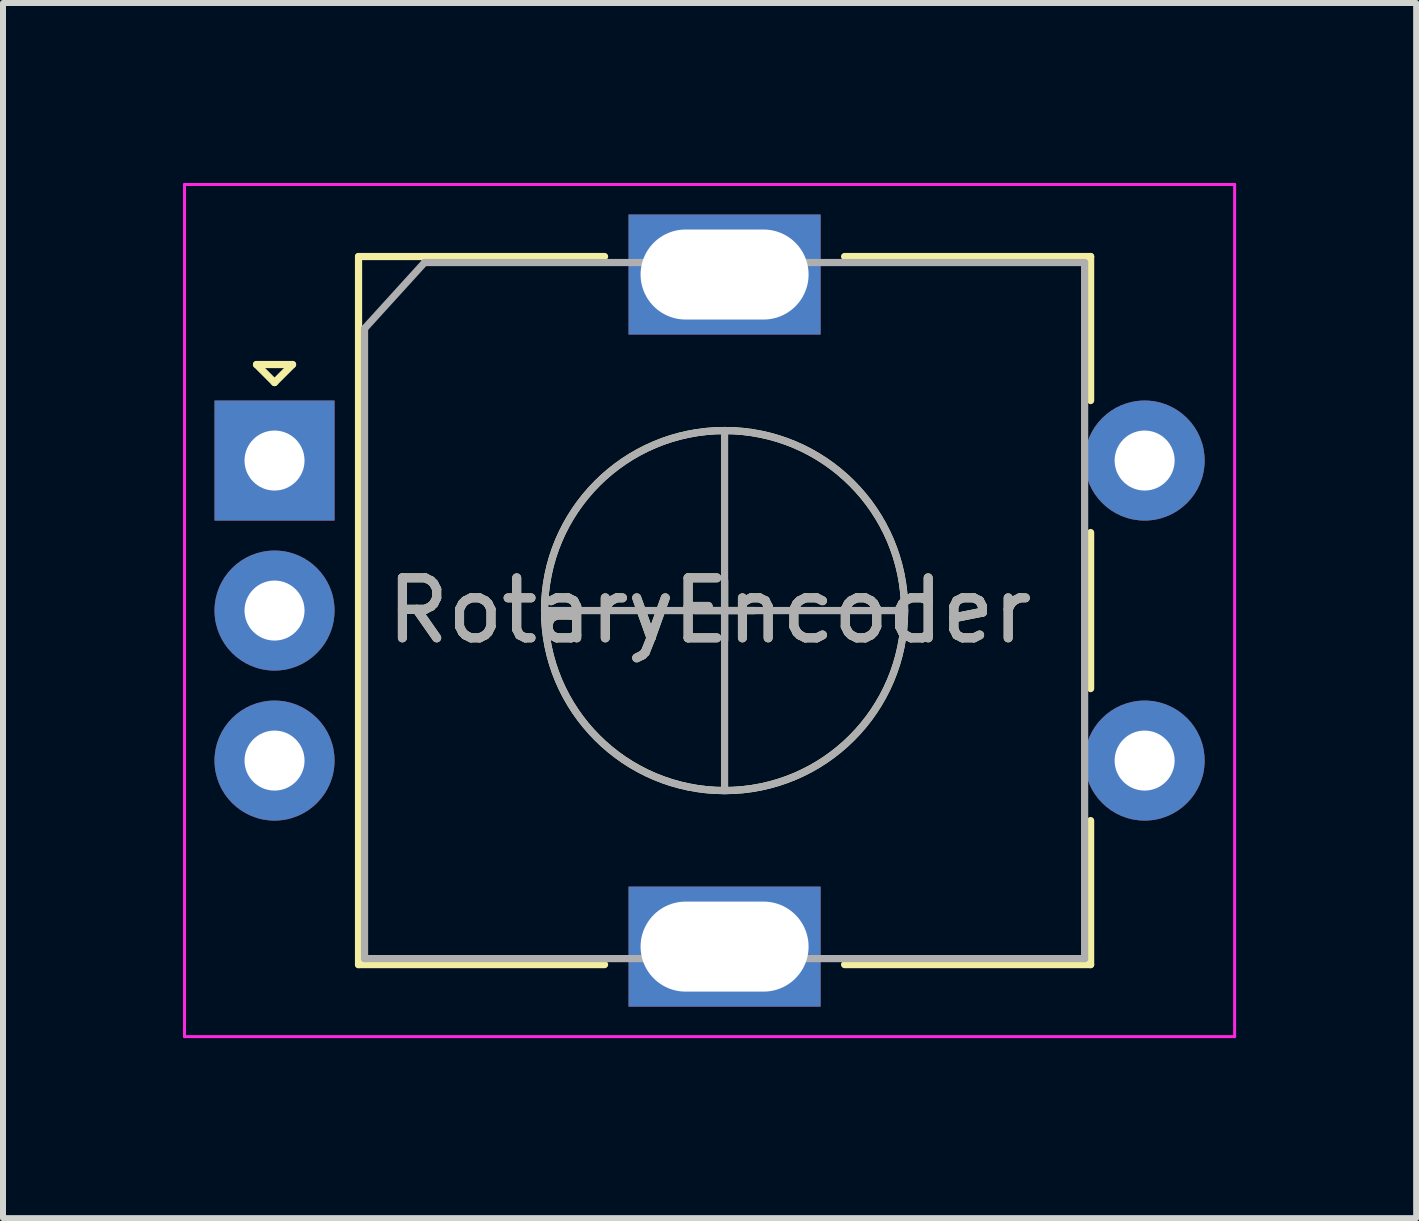
<source format=kicad_pcb>
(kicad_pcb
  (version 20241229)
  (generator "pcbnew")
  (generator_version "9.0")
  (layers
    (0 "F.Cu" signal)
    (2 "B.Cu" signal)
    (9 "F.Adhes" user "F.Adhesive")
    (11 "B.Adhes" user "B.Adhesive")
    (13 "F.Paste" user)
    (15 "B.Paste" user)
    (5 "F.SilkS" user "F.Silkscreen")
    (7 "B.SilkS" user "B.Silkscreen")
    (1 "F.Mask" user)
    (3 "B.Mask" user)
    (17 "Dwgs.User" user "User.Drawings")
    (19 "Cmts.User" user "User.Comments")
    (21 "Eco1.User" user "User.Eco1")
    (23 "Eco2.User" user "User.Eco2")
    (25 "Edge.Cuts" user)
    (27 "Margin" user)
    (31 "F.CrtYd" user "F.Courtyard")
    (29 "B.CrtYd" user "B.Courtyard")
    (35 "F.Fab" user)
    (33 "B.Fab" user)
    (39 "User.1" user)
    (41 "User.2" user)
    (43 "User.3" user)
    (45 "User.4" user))
  (footprint "RotaryEncoder"
    (layer "F.Cu")
    (at 1.525 4.625)
    (property "Reference" "RotaryEncoder" (at 7.25 2.5 0) (layer "F.SilkS") (effects (font (size 1 1) (thickness 0.15))))
    (attr through_hole)
    (fp_line (start -0.3 -1.6) (end 0.3 -1.6) (stroke (width 0.12) (type solid)) (layer "F.SilkS"))
    (fp_line (start 0 -1.3) (end -0.3 -1.6) (stroke (width 0.12) (type solid)) (layer "F.SilkS"))
    (fp_line (start 0.3 -1.6) (end 0 -1.3) (stroke (width 0.12) (type solid)) (layer "F.SilkS"))
    (fp_line (start 1.4 -3.4) (end 1.4 8.4) (stroke (width 0.12) (type solid)) (layer "F.SilkS"))
    (fp_line (start 5.5 -3.4) (end 1.4 -3.4) (stroke (width 0.12) (type solid)) (layer "F.SilkS"))
    (fp_line (start 5.5 8.4) (end 1.4 8.4) (stroke (width 0.12) (type solid)) (layer "F.SilkS"))
    (fp_line (start 7 2.5) (end 8 2.5) (stroke (width 0.12) (type solid)) (layer "F.SilkS"))
    (fp_line (start 7.5 2) (end 7.5 3) (stroke (width 0.12) (type solid)) (layer "F.SilkS"))
    (fp_line (start 9.5 -3.4) (end 13.6 -3.4) (stroke (width 0.12) (type solid)) (layer "F.SilkS"))
    (fp_line (start 13.6 -3.4) (end 13.6 -1) (stroke (width 0.12) (type solid)) (layer "F.SilkS"))
    (fp_line (start 13.6 1.2) (end 13.6 3.8) (stroke (width 0.12) (type solid)) (layer "F.SilkS"))
    (fp_line (start 13.6 6) (end 13.6 8.4) (stroke (width 0.12) (type solid)) (layer "F.SilkS"))
    (fp_line (start 13.6 8.4) (end 9.5 8.4) (stroke (width 0.12) (type solid)) (layer "F.SilkS"))
    (fp_circle (center 7.5 2.5) (end 10.5 2.5) (stroke (width 0.12) (type solid)) (fill no) (layer "F.SilkS"))
    (fp_line (start -1.5 -4.6) (end -1.5 9.6) (stroke (width 0.05) (type solid)) (layer "F.CrtYd"))
    (fp_line (start -1.5 -4.6) (end 16 -4.6) (stroke (width 0.05) (type solid)) (layer "F.CrtYd"))
    (fp_line (start 16 9.6) (end -1.5 9.6) (stroke (width 0.05) (type solid)) (layer "F.CrtYd"))
    (fp_line (start 16 9.6) (end 16 -4.6) (stroke (width 0.05) (type solid)) (layer "F.CrtYd"))
    (fp_line (start 1.5 -2.2) (end 2.5 -3.3) (stroke (width 0.12) (type solid)) (layer "F.Fab"))
    (fp_line (start 1.5 8.3) (end 1.5 -2.2) (stroke (width 0.12) (type solid)) (layer "F.Fab"))
    (fp_line (start 2.5 -3.3) (end 13.5 -3.3) (stroke (width 0.12) (type solid)) (layer "F.Fab"))
    (fp_line (start 4.5 2.5) (end 10.5 2.5) (stroke (width 0.12) (type solid)) (layer "F.Fab"))
    (fp_line (start 7.5 -0.5) (end 7.5 5.5) (stroke (width 0.12) (type solid)) (layer "F.Fab"))
    (fp_line (start 13.5 -3.3) (end 13.5 8.3) (stroke (width 0.12) (type solid)) (layer "F.Fab"))
    (fp_line (start 13.5 8.3) (end 1.5 8.3) (stroke (width 0.12) (type solid)) (layer "F.Fab"))
    (fp_circle (center 7.5 2.5) (end 10.5 2.5) (stroke (width 0.12) (type solid)) (fill no) (layer "F.Fab"))
    (fp_text user "${REFERENCE}" (at 7.25 2.5 0) (layer "F.Fab") (effects (font (size 1 1) (thickness 0.15))))
    (pad "A" thru_hole rect (at 0 0) (size 2 2) (drill 1) (layers "*.Cu" "*.Mask"))
    (pad "B" thru_hole circle (at 0 5) (size 2 2) (drill 1) (layers "*.Cu" "*.Mask"))
    (pad "C" thru_hole circle (at 0 2.5) (size 2 2) (drill 1) (layers "*.Cu" "*.Mask"))
    (pad "MP" thru_hole rect (at 7.5 -3.1) (size 3.2 2) (drill oval 2.8 1.5) (layers "*.Cu" "*.Mask"))
    (pad "MP" thru_hole rect (at 7.5 8.1) (size 3.2 2) (drill oval 2.8 1.5) (layers "*.Cu" "*.Mask"))
    (pad "S1" thru_hole circle (at 14.5 5) (size 2 2) (drill 1) (layers "*.Cu" "*.Mask"))
    (pad "S2" thru_hole circle (at 14.5 0) (size 2 2) (drill 1) (layers "*.Cu" "*.Mask")))
  (gr_rect
    (start -3 -3)
    (end 20.55 17.25)
    (stroke (width 0.1) (type default))
    (fill no)
    (layer "Edge.Cuts")))
</source>
